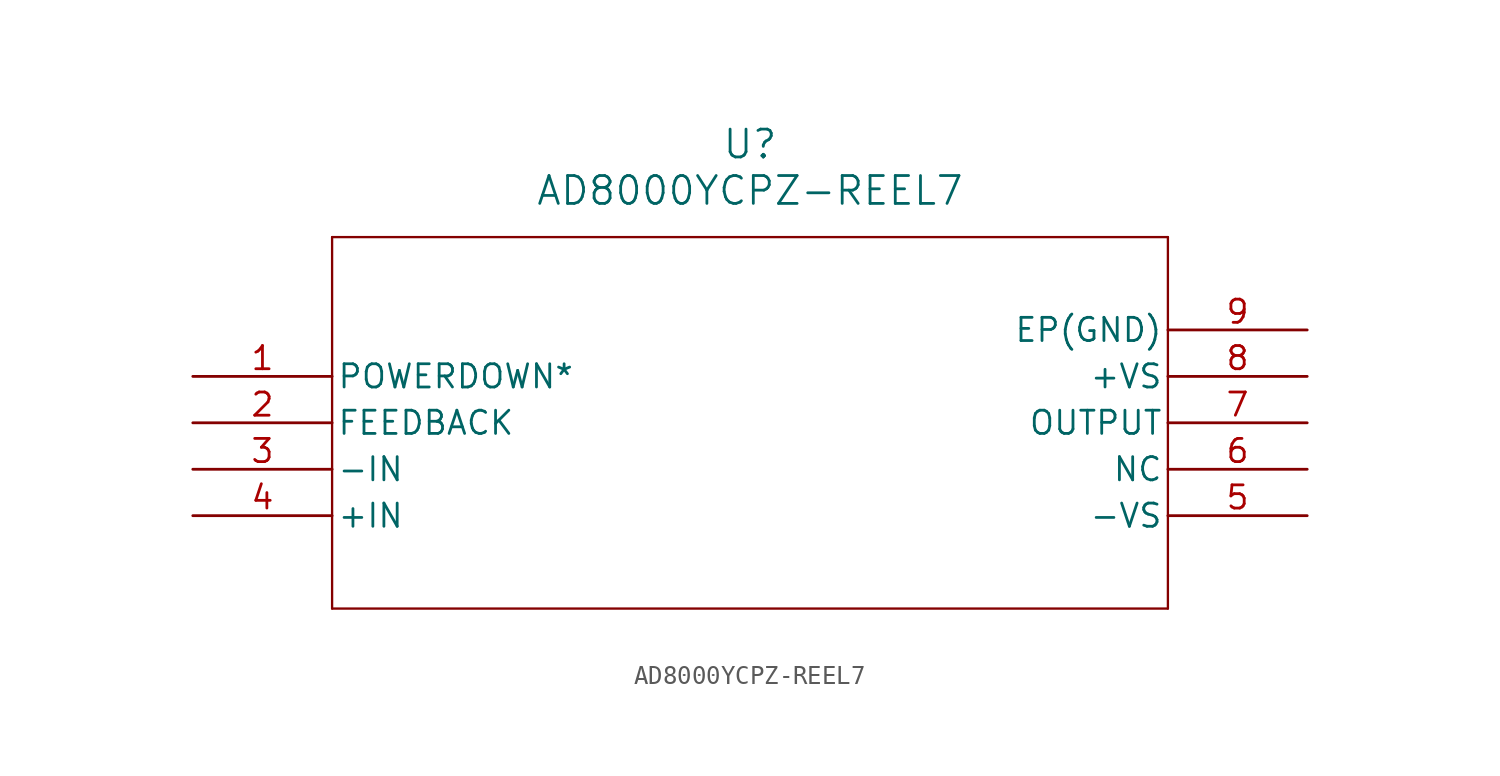
<source format=kicad_sym>
(kicad_symbol_lib
  (version 20211014)
  (generator kicad_symbol_editor)
  (symbol "AD8000YCPZ-REEL7"
    (pin_names
      (offset 0.254))
    (property "Reference" "U"
      (at 30.48 12.7 0)
      (effects (font (size 1.524 1.524))))
    (property "Value" "AD8000YCPZ-REEL7"
      (at 30.48 10.16 0)
      (effects (font (size 1.524 1.524))))
    (symbol "AD8000YCPZ-REEL7_0_1"
      (polyline (pts (xy 7.62 7.62) (xy 7.62 -12.7)) (stroke (width 0.127) (type default) (color 0 0 0 0)) (fill (type none)))
      (polyline (pts (xy 7.62 -12.7) (xy 53.34 -12.7)) (stroke (width 0.127) (type default) (color 0 0 0 0)) (fill (type none)))
      (polyline (pts (xy 53.34 -12.7) (xy 53.34 7.62)) (stroke (width 0.127) (type default) (color 0 0 0 0)) (fill (type none)))
      (polyline (pts (xy 53.34 7.62) (xy 7.62 7.62)) (stroke (width 0.127) (type default) (color 0 0 0 0)) (fill (type none)))
      (pin unspecified line (at 0 0 0) (length 7.62) (name "POWERDOWN*" (effects (font (size 1.27 1.27)))) (number "1" (effects (font (size 1.27 1.27)))))
      (pin unspecified line (at 0 -2.54 0) (length 7.62) (name "FEEDBACK" (effects (font (size 1.27 1.27)))) (number "2" (effects (font (size 1.27 1.27)))))
      (pin unspecified line (at 0 -5.08 0) (length 7.62) (name "-IN" (effects (font (size 1.27 1.27)))) (number "3" (effects (font (size 1.27 1.27)))))
      (pin unspecified line (at 0 -7.62 0) (length 7.62) (name "+IN" (effects (font (size 1.27 1.27)))) (number "4" (effects (font (size 1.27 1.27)))))
      (pin unspecified line (at 60.96 -7.62 180) (length 7.62) (name "-VS" (effects (font (size 1.27 1.27)))) (number "5" (effects (font (size 1.27 1.27)))))
      (pin unspecified line (at 60.96 -5.08 180) (length 7.62) (name "NC" (effects (font (size 1.27 1.27)))) (number "6" (effects (font (size 1.27 1.27)))))
      (pin unspecified line (at 60.96 -2.54 180) (length 7.62) (name "OUTPUT" (effects (font (size 1.27 1.27)))) (number "7" (effects (font (size 1.27 1.27)))))
      (pin unspecified line (at 60.96 0 180) (length 7.62) (name "+VS" (effects (font (size 1.27 1.27)))) (number "8" (effects (font (size 1.27 1.27)))))
      (pin unspecified line (at 60.96 2.54 180) (length 7.62) (name "EP(GND)" (effects (font (size 1.27 1.27)))) (number "9" (effects (font (size 1.27 1.27))))))))
</source>
